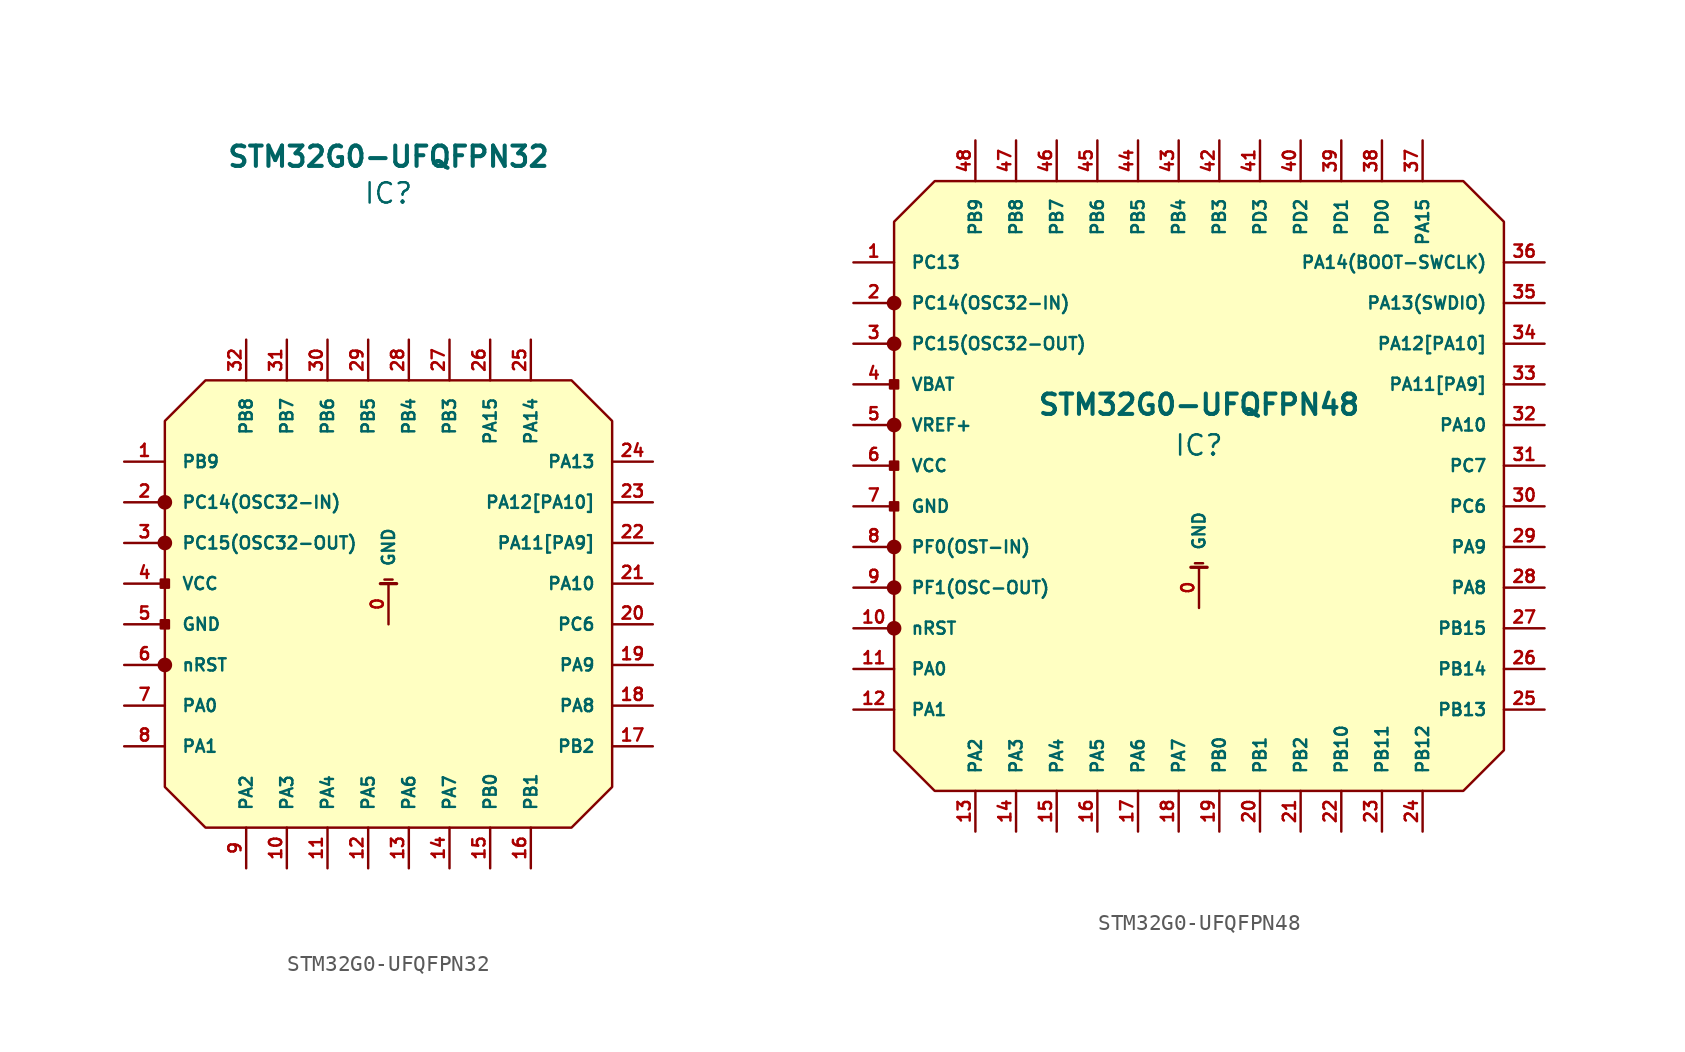
<source format=kicad_sym>
(kicad_symbol_lib
  (version 20231120)
  (generator "kicad_symbol_editor")
  (generator_version "8.0")
  (symbol "STM32G0-UFQFPN32"
    (pin_names
      (offset 1.016))
    (property "Reference" "IC"
      (at 0 25.654 0)
      (effects (font (size 1.27 1.27))))
    (property "Value" "STM32G0-UFQFPN32"
      (at 0 27.94 0)
      (effects (font (size 1.27 1.27) (bold yes))))
    (symbol "STM32G0-UFQFPN32_0_1"
      (circle (center -13.97 -3.81) (radius 0.381) (stroke (width 0) (type solid)) (fill (type outline)))
      (circle (center -13.97 3.81) (radius 0.381) (stroke (width 0) (type solid)) (fill (type outline)))
      (circle (center -13.97 6.35) (radius 0.381) (stroke (width 0) (type solid)) (fill (type outline)))
      (polyline (pts (xy -14.224 -1.016) (xy -14.224 -1.524) (xy -13.716 -1.524) (xy -13.716 -1.016) (xy -14.224 -1.016)) (stroke (width 0) (type solid)) (fill (type outline)))
      (polyline (pts (xy -14.224 1.524) (xy -14.224 1.016) (xy -13.716 1.016) (xy -13.716 1.524) (xy -14.224 1.524)) (stroke (width 0) (type solid)) (fill (type outline)))
      (polyline (pts (xy -13.97 11.43) (xy -11.43 13.97) (xy 10.16 13.97) (xy 11.43 13.97) (xy 13.97 11.43) (xy 13.97 -11.43) (xy 11.43 -13.97) (xy -11.43 -13.97) (xy -13.97 -11.43) (xy -13.97 11.43)) (stroke (width 0) (type solid)) (fill (type background))))
    (symbol "STM32G0-UFQFPN32_1_1"
      (polyline (pts (xy -0.508 1.27) (xy 0.508 1.27)) (stroke (width 0.203) (type solid)) (fill (type none)))
      (polyline (pts (xy -0.254 1.524) (xy 0.254 1.524)) (stroke (width 0) (type solid)) (fill (type none)))
      (pin passive line (at 0 -1.27 90) (length 2.54) (name "GND" (effects (font (size 0.762 0.762)))) (number "0" (effects (font (size 0.762 0.762)))))
      (pin bidirectional line (at -16.51 8.89 0) (length 2.54) (name "PB9" (effects (font (size 0.762 0.762)))) (number "1" (effects (font (size 0.762 0.762)))))
      (pin bidirectional line (at -6.35 -16.51 90) (length 2.54) (name "PA3" (effects (font (size 0.762 0.762)))) (number "10" (effects (font (size 0.762 0.762)))))
      (pin bidirectional line (at -3.81 -16.51 90) (length 2.54) (name "PA4" (effects (font (size 0.762 0.762)))) (number "11" (effects (font (size 0.762 0.762)))))
      (pin bidirectional line (at -1.27 -16.51 90) (length 2.54) (name "PA5" (effects (font (size 0.762 0.762)))) (number "12" (effects (font (size 0.762 0.762)))))
      (pin bidirectional line (at 1.27 -16.51 90) (length 2.54) (name "PA6" (effects (font (size 0.762 0.762)))) (number "13" (effects (font (size 0.762 0.762)))))
      (pin bidirectional line (at 3.81 -16.51 90) (length 2.54) (name "PA7" (effects (font (size 0.762 0.762)))) (number "14" (effects (font (size 0.762 0.762)))))
      (pin bidirectional line (at 6.35 -16.51 90) (length 2.54) (name "PB0" (effects (font (size 0.762 0.762)))) (number "15" (effects (font (size 0.762 0.762)))))
      (pin bidirectional line (at 8.89 -16.51 90) (length 2.54) (name "PB1" (effects (font (size 0.762 0.762)))) (number "16" (effects (font (size 0.762 0.762)))))
      (pin bidirectional line (at 16.51 -8.89 180) (length 2.54) (name "PB2" (effects (font (size 0.762 0.762)))) (number "17" (effects (font (size 0.762 0.762)))))
      (pin bidirectional line (at 16.51 -6.35 180) (length 2.54) (name "PA8" (effects (font (size 0.762 0.762)))) (number "18" (effects (font (size 0.762 0.762)))))
      (pin bidirectional line (at 16.51 -3.81 180) (length 2.54) (name "PA9" (effects (font (size 0.762 0.762)))) (number "19" (effects (font (size 0.762 0.762)))))
      (pin bidirectional line (at -16.51 6.35 0) (length 2.54) (name "PC14(OSC32-IN)" (effects (font (size 0.762 0.762)))) (number "2" (effects (font (size 0.762 0.762)))))
      (pin bidirectional line (at 16.51 -1.27 180) (length 2.54) (name "PC6" (effects (font (size 0.762 0.762)))) (number "20" (effects (font (size 0.762 0.762)))))
      (pin bidirectional line (at 16.51 1.27 180) (length 2.54) (name "PA10" (effects (font (size 0.762 0.762)))) (number "21" (effects (font (size 0.762 0.762)))))
      (pin bidirectional line (at 16.51 3.81 180) (length 2.54) (name "PA11[PA9]" (effects (font (size 0.762 0.762)))) (number "22" (effects (font (size 0.762 0.762)))))
      (pin bidirectional line (at 16.51 6.35 180) (length 2.54) (name "PA12[PA10]" (effects (font (size 0.762 0.762)))) (number "23" (effects (font (size 0.762 0.762)))))
      (pin bidirectional line (at 16.51 8.89 180) (length 2.54) (name "PA13" (effects (font (size 0.762 0.762)))) (number "24" (effects (font (size 0.762 0.762)))))
      (pin bidirectional line (at 8.89 16.51 270) (length 2.54) (name "PA14" (effects (font (size 0.762 0.762)))) (number "25" (effects (font (size 0.762 0.762)))))
      (pin bidirectional line (at 6.35 16.51 270) (length 2.54) (name "PA15" (effects (font (size 0.762 0.762)))) (number "26" (effects (font (size 0.762 0.762)))))
      (pin bidirectional line (at 3.81 16.51 270) (length 2.54) (name "PB3" (effects (font (size 0.762 0.762)))) (number "27" (effects (font (size 0.762 0.762)))))
      (pin bidirectional line (at 1.27 16.51 270) (length 2.54) (name "PB4" (effects (font (size 0.762 0.762)))) (number "28" (effects (font (size 0.762 0.762)))))
      (pin bidirectional line (at -1.27 16.51 270) (length 2.54) (name "PB5" (effects (font (size 0.762 0.762)))) (number "29" (effects (font (size 0.762 0.762)))))
      (pin bidirectional line (at -16.51 3.81 0) (length 2.54) (name "PC15(OSC32-OUT)" (effects (font (size 0.762 0.762)))) (number "3" (effects (font (size 0.762 0.762)))))
      (pin bidirectional line (at -3.81 16.51 270) (length 2.54) (name "PB6" (effects (font (size 0.762 0.762)))) (number "30" (effects (font (size 0.762 0.762)))))
      (pin bidirectional line (at -6.35 16.51 270) (length 2.54) (name "PB7" (effects (font (size 0.762 0.762)))) (number "31" (effects (font (size 0.762 0.762)))))
      (pin bidirectional line (at -8.89 16.51 270) (length 2.54) (name "PB8" (effects (font (size 0.762 0.762)))) (number "32" (effects (font (size 0.762 0.762)))))
      (pin power_in line (at -16.51 1.27 0) (length 2.54) (name "VCC" (effects (font (size 0.762 0.762)))) (number "4" (effects (font (size 0.762 0.762)))))
      (pin power_in line (at -16.51 -1.27 0) (length 2.54) (name "GND" (effects (font (size 0.762 0.762)))) (number "5" (effects (font (size 0.762 0.762)))))
      (pin input line (at -16.51 -3.81 0) (length 2.54) (name "nRST" (effects (font (size 0.762 0.762)))) (number "6" (effects (font (size 0.762 0.762)))))
      (pin bidirectional line (at -16.51 -6.35 0) (length 2.54) (name "PA0" (effects (font (size 0.762 0.762)))) (number "7" (effects (font (size 0.762 0.762)))))
      (pin bidirectional line (at -16.51 -8.89 0) (length 2.54) (name "PA1" (effects (font (size 0.762 0.762)))) (number "8" (effects (font (size 0.762 0.762)))))
      (pin bidirectional line (at -8.89 -16.51 90) (length 2.54) (name "PA2" (effects (font (size 0.762 0.762)))) (number "9" (effects (font (size 0.762 0.762)))))))
  (symbol "STM32G0-UFQFPN48"
    (pin_names
      (offset 1.016))
    (property "Reference" "IC"
      (at 0 2.54 0)
      (effects (font (size 1.27 1.27))))
    (property "Value" "STM32G0-UFQFPN48"
      (at 0 5.08 0)
      (effects (font (size 1.27 1.27) (bold yes))))
    (symbol "STM32G0-UFQFPN48_0_1"
      (polyline (pts (xy -13.97 -19.05) (xy -16.51 -19.05) (xy -19.05 -16.51) (xy -19.05 16.51) (xy -16.51 19.05) (xy 16.51 19.05) (xy 19.05 16.51) (xy 19.05 -16.51) (xy 16.51 -19.05) (xy -13.97 -19.05)) (stroke (width 0) (type solid)) (fill (type background))))
    (symbol "STM32G0-UFQFPN48_1_1"
      (circle (center -19.05 -8.89) (radius 0.381) (stroke (width 0) (type solid)) (fill (type outline)))
      (circle (center -19.05 -6.35) (radius 0.381) (stroke (width 0) (type solid)) (fill (type outline)))
      (circle (center -19.05 -3.81) (radius 0.381) (stroke (width 0) (type solid)) (fill (type outline)))
      (circle (center -19.05 3.81) (radius 0.381) (stroke (width 0) (type solid)) (fill (type outline)))
      (circle (center -19.05 8.89) (radius 0.381) (stroke (width 0) (type solid)) (fill (type outline)))
      (circle (center -19.05 11.43) (radius 0.381) (stroke (width 0) (type solid)) (fill (type outline)))
      (polyline (pts (xy -0.508 -5.08) (xy 0.508 -5.08)) (stroke (width 0.203) (type solid)) (fill (type none)))
      (polyline (pts (xy -0.254 -4.826) (xy 0.254 -4.826)) (stroke (width 0) (type solid)) (fill (type none)))
      (polyline (pts (xy -19.304 -1.016) (xy -19.304 -1.524) (xy -18.796 -1.524) (xy -18.796 -1.016) (xy -19.304 -1.016)) (stroke (width 0) (type solid)) (fill (type outline)))
      (polyline (pts (xy -19.304 1.524) (xy -19.304 1.016) (xy -18.796 1.016) (xy -18.796 1.524) (xy -19.304 1.524)) (stroke (width 0) (type solid)) (fill (type outline)))
      (polyline (pts (xy -19.304 6.604) (xy -19.304 6.096) (xy -18.796 6.096) (xy -18.796 6.604) (xy -19.304 6.604)) (stroke (width 0) (type solid)) (fill (type outline)))
      (pin passive line (at 0 -7.62 90) (length 2.54) (name "GND" (effects (font (size 0.762 0.762)))) (number "0" (effects (font (size 0.762 0.762)))))
      (pin bidirectional line (at -21.59 13.97 0) (length 2.54) (name "PC13" (effects (font (size 0.762 0.762)))) (number "1" (effects (font (size 0.762 0.762)))))
      (pin input line (at -21.59 -8.89 0) (length 2.54) (name "nRST" (effects (font (size 0.762 0.762)))) (number "10" (effects (font (size 0.762 0.762)))))
      (pin bidirectional line (at -21.59 -11.43 0) (length 2.54) (name "PA0" (effects (font (size 0.762 0.762)))) (number "11" (effects (font (size 0.762 0.762)))))
      (pin bidirectional line (at -21.59 -13.97 0) (length 2.54) (name "PA1" (effects (font (size 0.762 0.762)))) (number "12" (effects (font (size 0.762 0.762)))))
      (pin bidirectional line (at -13.97 -21.59 90) (length 2.54) (name "PA2" (effects (font (size 0.762 0.762)))) (number "13" (effects (font (size 0.762 0.762)))))
      (pin bidirectional line (at -11.43 -21.59 90) (length 2.54) (name "PA3" (effects (font (size 0.762 0.762)))) (number "14" (effects (font (size 0.762 0.762)))))
      (pin bidirectional line (at -8.89 -21.59 90) (length 2.54) (name "PA4" (effects (font (size 0.762 0.762)))) (number "15" (effects (font (size 0.762 0.762)))))
      (pin bidirectional line (at -6.35 -21.59 90) (length 2.54) (name "PA5" (effects (font (size 0.762 0.762)))) (number "16" (effects (font (size 0.762 0.762)))))
      (pin bidirectional line (at -3.81 -21.59 90) (length 2.54) (name "PA6" (effects (font (size 0.762 0.762)))) (number "17" (effects (font (size 0.762 0.762)))))
      (pin bidirectional line (at -1.27 -21.59 90) (length 2.54) (name "PA7" (effects (font (size 0.762 0.762)))) (number "18" (effects (font (size 0.762 0.762)))))
      (pin bidirectional line (at 1.27 -21.59 90) (length 2.54) (name "PB0" (effects (font (size 0.762 0.762)))) (number "19" (effects (font (size 0.762 0.762)))))
      (pin bidirectional line (at -21.59 11.43 0) (length 2.54) (name "PC14(OSC32-IN)" (effects (font (size 0.762 0.762)))) (number "2" (effects (font (size 0.762 0.762)))))
      (pin bidirectional line (at 3.81 -21.59 90) (length 2.54) (name "PB1" (effects (font (size 0.762 0.762)))) (number "20" (effects (font (size 0.762 0.762)))))
      (pin bidirectional line (at 6.35 -21.59 90) (length 2.54) (name "PB2" (effects (font (size 0.762 0.762)))) (number "21" (effects (font (size 0.762 0.762)))))
      (pin bidirectional line (at 8.89 -21.59 90) (length 2.54) (name "PB10" (effects (font (size 0.762 0.762)))) (number "22" (effects (font (size 0.762 0.762)))))
      (pin bidirectional line (at 11.43 -21.59 90) (length 2.54) (name "PB11" (effects (font (size 0.762 0.762)))) (number "23" (effects (font (size 0.762 0.762)))))
      (pin bidirectional line (at 13.97 -21.59 90) (length 2.54) (name "PB12" (effects (font (size 0.762 0.762)))) (number "24" (effects (font (size 0.762 0.762)))))
      (pin bidirectional line (at 21.59 -13.97 180) (length 2.54) (name "PB13" (effects (font (size 0.762 0.762)))) (number "25" (effects (font (size 0.762 0.762)))))
      (pin bidirectional line (at 21.59 -11.43 180) (length 2.54) (name "PB14" (effects (font (size 0.762 0.762)))) (number "26" (effects (font (size 0.762 0.762)))))
      (pin bidirectional line (at 21.59 -8.89 180) (length 2.54) (name "PB15" (effects (font (size 0.762 0.762)))) (number "27" (effects (font (size 0.762 0.762)))))
      (pin bidirectional line (at 21.59 -6.35 180) (length 2.54) (name "PA8" (effects (font (size 0.762 0.762)))) (number "28" (effects (font (size 0.762 0.762)))))
      (pin bidirectional line (at 21.59 -3.81 180) (length 2.54) (name "PA9" (effects (font (size 0.762 0.762)))) (number "29" (effects (font (size 0.762 0.762)))))
      (pin bidirectional line (at -21.59 8.89 0) (length 2.54) (name "PC15(OSC32-OUT)" (effects (font (size 0.762 0.762)))) (number "3" (effects (font (size 0.762 0.762)))))
      (pin bidirectional line (at 21.59 -1.27 180) (length 2.54) (name "PC6" (effects (font (size 0.762 0.762)))) (number "30" (effects (font (size 0.762 0.762)))))
      (pin bidirectional line (at 21.59 1.27 180) (length 2.54) (name "PC7" (effects (font (size 0.762 0.762)))) (number "31" (effects (font (size 0.762 0.762)))))
      (pin bidirectional line (at 21.59 3.81 180) (length 2.54) (name "PA10" (effects (font (size 0.762 0.762)))) (number "32" (effects (font (size 0.762 0.762)))))
      (pin bidirectional line (at 21.59 6.35 180) (length 2.54) (name "PA11[PA9]" (effects (font (size 0.762 0.762)))) (number "33" (effects (font (size 0.762 0.762)))))
      (pin bidirectional line (at 21.59 8.89 180) (length 2.54) (name "PA12[PA10]" (effects (font (size 0.762 0.762)))) (number "34" (effects (font (size 0.762 0.762)))))
      (pin bidirectional line (at 21.59 11.43 180) (length 2.54) (name "PA13(SWDIO)" (effects (font (size 0.762 0.762)))) (number "35" (effects (font (size 0.762 0.762)))))
      (pin bidirectional line (at 21.59 13.97 180) (length 2.54) (name "PA14(BOOT-SWCLK)" (effects (font (size 0.762 0.762)))) (number "36" (effects (font (size 0.762 0.762)))))
      (pin bidirectional line (at 13.97 21.59 270) (length 2.54) (name "PA15" (effects (font (size 0.762 0.762)))) (number "37" (effects (font (size 0.762 0.762)))))
      (pin bidirectional line (at 11.43 21.59 270) (length 2.54) (name "PD0" (effects (font (size 0.762 0.762)))) (number "38" (effects (font (size 0.762 0.762)))))
      (pin bidirectional line (at 8.89 21.59 270) (length 2.54) (name "PD1" (effects (font (size 0.762 0.762)))) (number "39" (effects (font (size 0.762 0.762)))))
      (pin power_in line (at -21.59 6.35 0) (length 2.54) (name "VBAT" (effects (font (size 0.762 0.762)))) (number "4" (effects (font (size 0.762 0.762)))))
      (pin bidirectional line (at 6.35 21.59 270) (length 2.54) (name "PD2" (effects (font (size 0.762 0.762)))) (number "40" (effects (font (size 0.762 0.762)))))
      (pin bidirectional line (at 3.81 21.59 270) (length 2.54) (name "PD3" (effects (font (size 0.762 0.762)))) (number "41" (effects (font (size 0.762 0.762)))))
      (pin bidirectional line (at 1.27 21.59 270) (length 2.54) (name "PB3" (effects (font (size 0.762 0.762)))) (number "42" (effects (font (size 0.762 0.762)))))
      (pin bidirectional line (at -1.27 21.59 270) (length 2.54) (name "PB4" (effects (font (size 0.762 0.762)))) (number "43" (effects (font (size 0.762 0.762)))))
      (pin bidirectional line (at -3.81 21.59 270) (length 2.54) (name "PB5" (effects (font (size 0.762 0.762)))) (number "44" (effects (font (size 0.762 0.762)))))
      (pin bidirectional line (at -6.35 21.59 270) (length 2.54) (name "PB6" (effects (font (size 0.762 0.762)))) (number "45" (effects (font (size 0.762 0.762)))))
      (pin bidirectional line (at -8.89 21.59 270) (length 2.54) (name "PB7" (effects (font (size 0.762 0.762)))) (number "46" (effects (font (size 0.762 0.762)))))
      (pin bidirectional line (at -11.43 21.59 270) (length 2.54) (name "PB8" (effects (font (size 0.762 0.762)))) (number "47" (effects (font (size 0.762 0.762)))))
      (pin bidirectional line (at -13.97 21.59 270) (length 2.54) (name "PB9" (effects (font (size 0.762 0.762)))) (number "48" (effects (font (size 0.762 0.762)))))
      (pin input line (at -21.59 3.81 0) (length 2.54) (name "VREF+" (effects (font (size 0.762 0.762)))) (number "5" (effects (font (size 0.762 0.762)))))
      (pin power_in line (at -21.59 1.27 0) (length 2.54) (name "VCC" (effects (font (size 0.762 0.762)))) (number "6" (effects (font (size 0.762 0.762)))))
      (pin power_in line (at -21.59 -1.27 0) (length 2.54) (name "GND" (effects (font (size 0.762 0.762)))) (number "7" (effects (font (size 0.762 0.762)))))
      (pin bidirectional line (at -21.59 -3.81 0) (length 2.54) (name "PF0(OST-IN)" (effects (font (size 0.762 0.762)))) (number "8" (effects (font (size 0.762 0.762)))))
      (pin bidirectional line (at -21.59 -6.35 0) (length 2.54) (name "PF1(OSC-OUT)" (effects (font (size 0.762 0.762)))) (number "9" (effects (font (size 0.762 0.762))))))))
</source>
